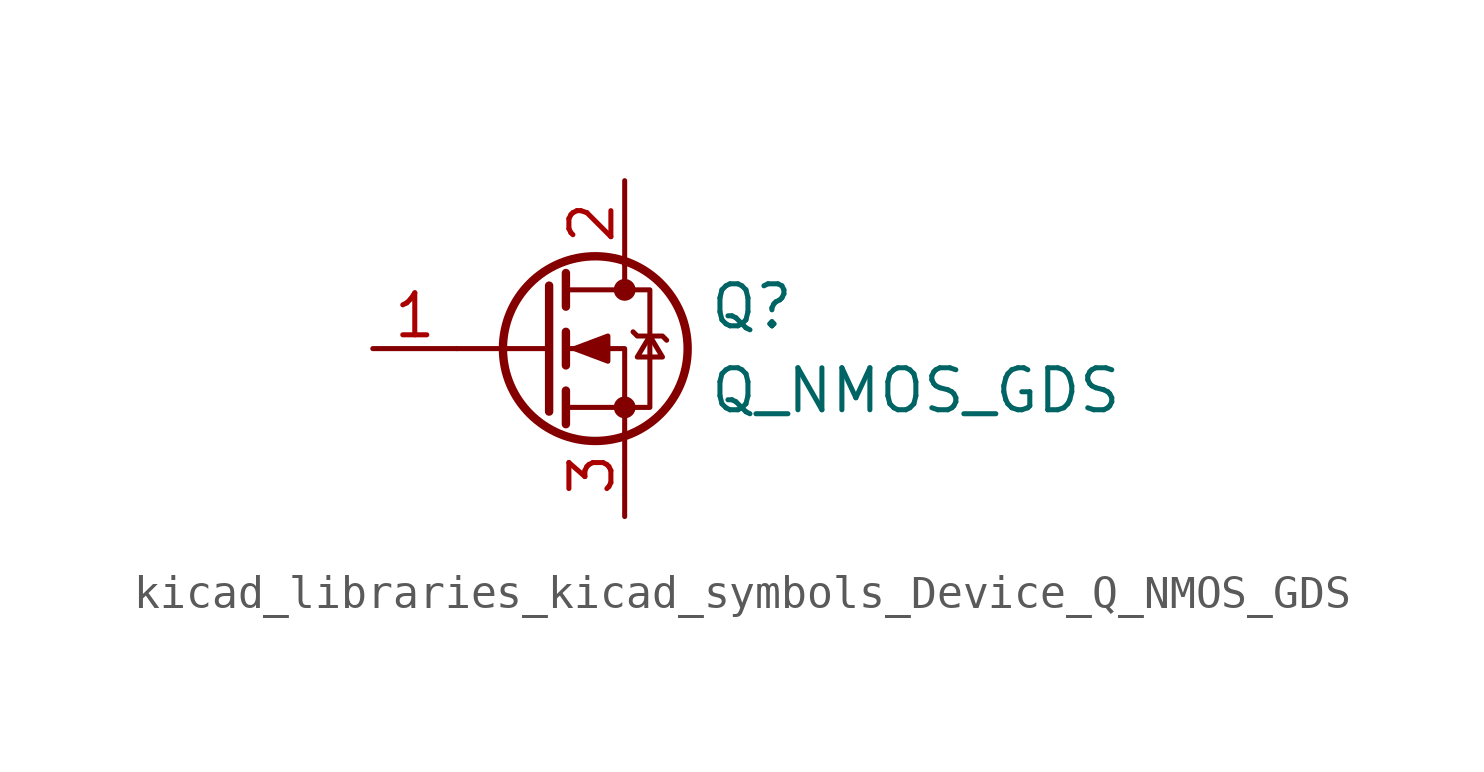
<source format=kicad_sym>
(kicad_symbol_lib
  (version 20220914)
  (generator kicad_symbol_editor)
  (symbol "kicad_libraries_kicad_symbols_Device_Q_NMOS_GDS"
    (pin_names
      (offset 0) hide)
    (property "Reference" "Q"
      (at 5.08 1.27 0)
      (effects (font (size 1.27 1.27)) (justify left)))
    (property "Value" "Q_NMOS_GDS"
      (at 5.08 -1.27 0)
      (effects (font (size 1.27 1.27)) (justify left)))
    (symbol "kicad_libraries_kicad_symbols_Device_Q_NMOS_GDS_0_1"
      (polyline (pts (xy 0.254 0) (xy -2.54 0)) (stroke (width 0) (type default)) (fill (type none)))
      (polyline (pts (xy 0.254 1.905) (xy 0.254 -1.905)) (stroke (width 0.254) (type default)) (fill (type none)))
      (polyline (pts (xy 0.762 -1.27) (xy 0.762 -2.286)) (stroke (width 0.254) (type default)) (fill (type none)))
      (polyline (pts (xy 0.762 0.508) (xy 0.762 -0.508)) (stroke (width 0.254) (type default)) (fill (type none)))
      (polyline (pts (xy 0.762 2.286) (xy 0.762 1.27)) (stroke (width 0.254) (type default)) (fill (type none)))
      (polyline (pts (xy 2.54 2.54) (xy 2.54 1.778)) (stroke (width 0) (type default)) (fill (type none)))
      (polyline (pts (xy 2.54 -2.54) (xy 2.54 0) (xy 0.762 0)) (stroke (width 0) (type default)) (fill (type none)))
      (polyline (pts (xy 0.762 -1.778) (xy 3.302 -1.778) (xy 3.302 1.778) (xy 0.762 1.778)) (stroke (width 0) (type default)) (fill (type none)))
      (polyline (pts (xy 1.016 0) (xy 2.032 0.381) (xy 2.032 -0.381) (xy 1.016 0)) (stroke (width 0) (type default)) (fill (type outline)))
      (polyline (pts (xy 2.794 0.508) (xy 2.921 0.381) (xy 3.683 0.381) (xy 3.81 0.254)) (stroke (width 0) (type default)) (fill (type none)))
      (polyline (pts (xy 3.302 0.381) (xy 2.921 -0.254) (xy 3.683 -0.254) (xy 3.302 0.381)) (stroke (width 0) (type default)) (fill (type none)))
      (circle (center 1.651 0) (radius 2.794) (stroke (width 0.254) (type default)) (fill (type none)))
      (circle (center 2.54 -1.778) (radius 0.254) (stroke (width 0) (type default)) (fill (type outline)))
      (circle (center 2.54 1.778) (radius 0.254) (stroke (width 0) (type default)) (fill (type outline))))
    (symbol "kicad_libraries_kicad_symbols_Device_Q_NMOS_GDS_1_1"
      (pin input line (at -5.08 0 0) (length 2.54) (name "G" (effects (font (size 1.27 1.27)))) (number "1" (effects (font (size 1.27 1.27)))))
      (pin passive line (at 2.54 5.08 270) (length 2.54) (name "D" (effects (font (size 1.27 1.27)))) (number "2" (effects (font (size 1.27 1.27)))))
      (pin passive line (at 2.54 -5.08 90) (length 2.54) (name "S" (effects (font (size 1.27 1.27)))) (number "3" (effects (font (size 1.27 1.27))))))))
</source>
